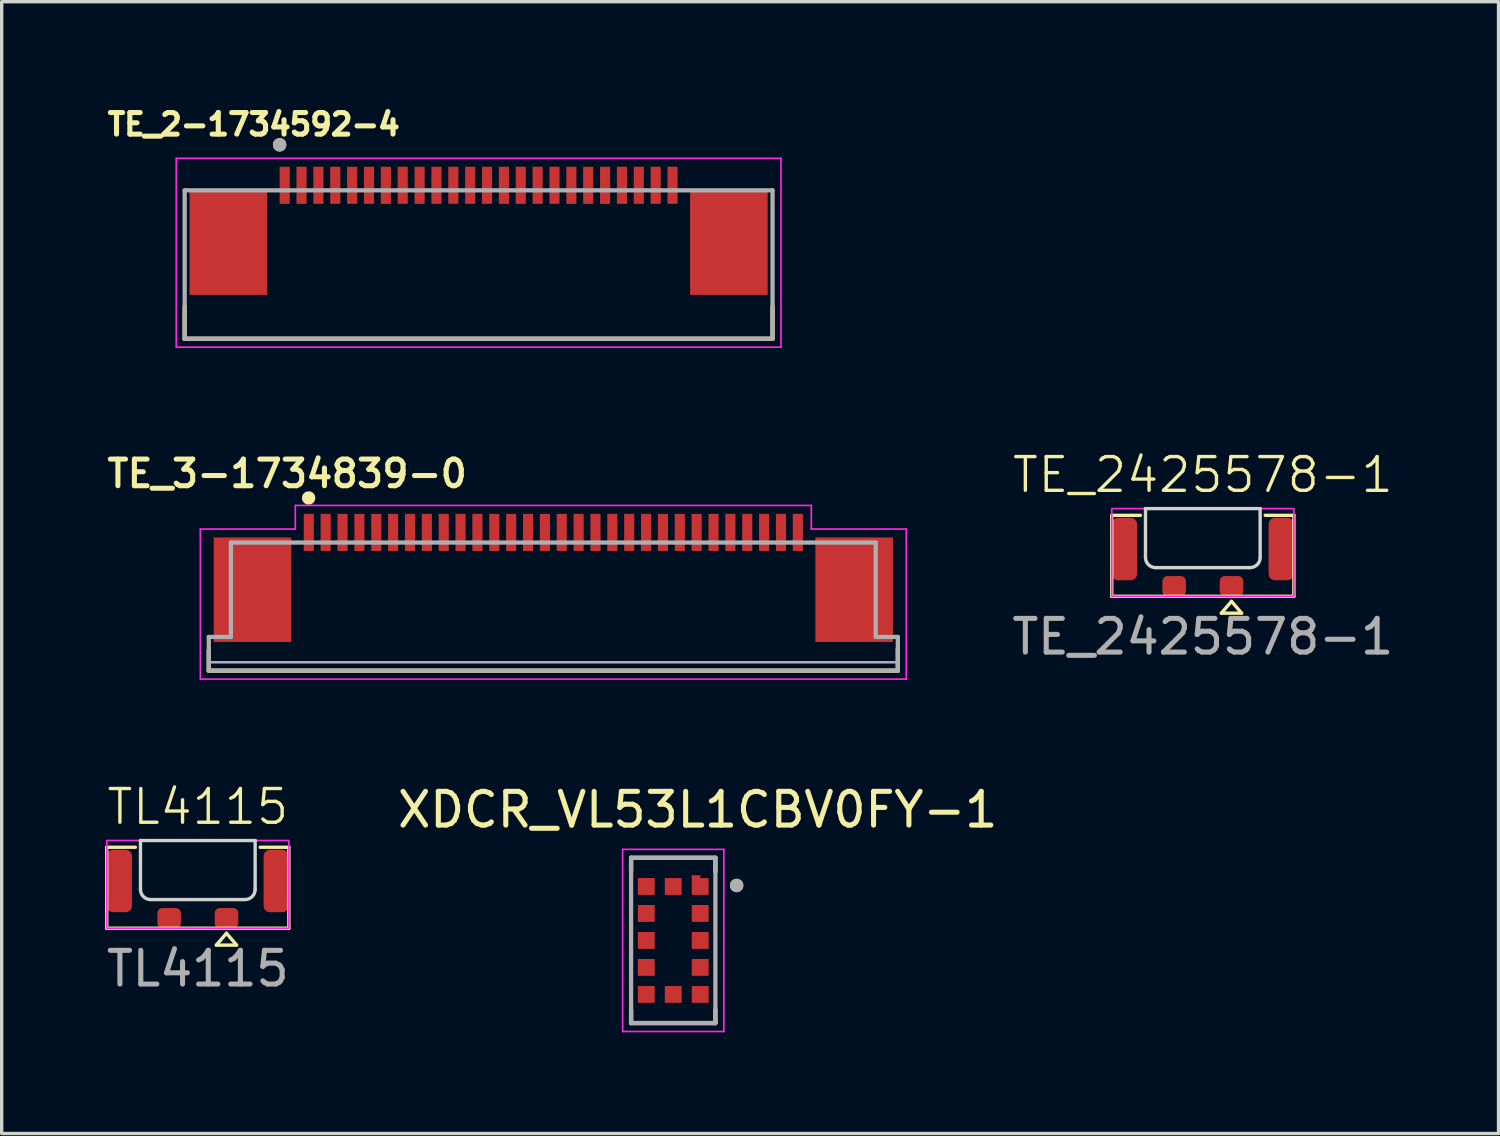
<source format=kicad_pcb>
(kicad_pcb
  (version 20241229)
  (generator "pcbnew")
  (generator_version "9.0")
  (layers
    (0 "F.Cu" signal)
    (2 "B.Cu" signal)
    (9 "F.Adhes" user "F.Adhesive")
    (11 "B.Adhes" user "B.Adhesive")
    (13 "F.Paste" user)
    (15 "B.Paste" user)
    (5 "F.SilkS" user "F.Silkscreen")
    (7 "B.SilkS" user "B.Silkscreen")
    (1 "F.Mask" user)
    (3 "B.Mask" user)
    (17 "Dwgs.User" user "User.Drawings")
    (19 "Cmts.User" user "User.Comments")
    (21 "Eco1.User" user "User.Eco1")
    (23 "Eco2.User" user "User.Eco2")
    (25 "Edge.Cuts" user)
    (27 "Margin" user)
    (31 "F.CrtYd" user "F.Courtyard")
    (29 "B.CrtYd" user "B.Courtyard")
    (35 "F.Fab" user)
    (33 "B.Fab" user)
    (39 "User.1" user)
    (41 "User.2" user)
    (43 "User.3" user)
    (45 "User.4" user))
  (footprint "TE_3-1734839-0"
    (layer "F.Cu")
    (at 13.356 12.736)
    (property "Reference" "TE_3-1734839-0" (at -7.894 -1.742 0) (layer "F.SilkS") (effects (font (size 0.789 0.789) (thickness 0.15))))
    (attr smd)
    (fp_line (start -10.216 3.488) (end -10.215 4.1) (stroke (width 0.127) (type solid)) (layer "F.SilkS"))
    (fp_line (start -10.215 4.1) (end 10.215 4.1) (stroke (width 0.127) (type solid)) (layer "F.SilkS"))
    (fp_line (start 10.215 4.1) (end 10.215 3.444) (stroke (width 0.127) (type solid)) (layer "F.SilkS"))
    (fp_circle (center -7.255 -1.021) (end -7.155 -1.021) (stroke (width 0.2) (type solid)) (fill no) (layer "F.SilkS"))
    (fp_line (start -10.465 -0.1) (end -10.465 4.35) (stroke (width 0.05) (type solid)) (layer "F.CrtYd"))
    (fp_line (start -10.465 4.35) (end 10.465 4.35) (stroke (width 0.05) (type solid)) (layer "F.CrtYd"))
    (fp_line (start -7.65 -0.8) (end -7.65 -0.1) (stroke (width 0.05) (type solid)) (layer "F.CrtYd"))
    (fp_line (start -7.65 -0.1) (end -10.465 -0.1) (stroke (width 0.05) (type solid)) (layer "F.CrtYd"))
    (fp_line (start 7.65 -0.8) (end -7.65 -0.8) (stroke (width 0.05) (type solid)) (layer "F.CrtYd"))
    (fp_line (start 7.65 -0.1) (end 7.65 -0.8) (stroke (width 0.05) (type solid)) (layer "F.CrtYd"))
    (fp_line (start 10.465 -0.1) (end 7.65 -0.1) (stroke (width 0.05) (type solid)) (layer "F.CrtYd"))
    (fp_line (start 10.465 4.35) (end 10.465 -0.1) (stroke (width 0.05) (type solid)) (layer "F.CrtYd"))
    (fp_line (start -10.215 3.1) (end -9.56 3.1) (stroke (width 0.127) (type solid)) (layer "F.Fab"))
    (fp_line (start -10.215 4.1) (end -10.215 3.1) (stroke (width 0.127) (type solid)) (layer "F.Fab"))
    (fp_line (start -10.215 4.1) (end 10.215 4.1) (stroke (width 0.127) (type solid)) (layer "F.Fab"))
    (fp_line (start -10.14 3.85) (end 10.14 3.85) (stroke (width 0.076) (type solid)) (layer "F.Fab"))
    (fp_line (start -9.56 0.3) (end -9.56 3.1) (stroke (width 0.127) (type solid)) (layer "F.Fab"))
    (fp_line (start 9.56 0.3) (end -9.56 0.3) (stroke (width 0.127) (type solid)) (layer "F.Fab"))
    (fp_line (start 9.56 3.1) (end 9.56 0.3) (stroke (width 0.127) (type solid)) (layer "F.Fab"))
    (fp_line (start 9.56 3.1) (end 10.215 3.1) (stroke (width 0.127) (type solid)) (layer "F.Fab"))
    (fp_line (start 10.215 3.1) (end 10.215 4.1) (stroke (width 0.127) (type solid)) (layer "F.Fab"))
    (pad "1" smd rect (at -7.25 0 90) (size 1.1 0.3) (layers "F.Cu" "F.Mask" "F.Paste"))
    (pad "2" smd rect (at -6.75 0 90) (size 1.1 0.3) (layers "F.Cu" "F.Mask" "F.Paste"))
    (pad "3" smd rect (at -6.25 0 90) (size 1.1 0.3) (layers "F.Cu" "F.Mask" "F.Paste"))
    (pad "4" smd rect (at -5.75 0 90) (size 1.1 0.3) (layers "F.Cu" "F.Mask" "F.Paste"))
    (pad "5" smd rect (at -5.25 0 90) (size 1.1 0.3) (layers "F.Cu" "F.Mask" "F.Paste"))
    (pad "6" smd rect (at -4.75 0 90) (size 1.1 0.3) (layers "F.Cu" "F.Mask" "F.Paste"))
    (pad "7" smd rect (at -4.25 0 90) (size 1.1 0.3) (layers "F.Cu" "F.Mask" "F.Paste"))
    (pad "8" smd rect (at -3.75 0 90) (size 1.1 0.3) (layers "F.Cu" "F.Mask" "F.Paste"))
    (pad "9" smd rect (at -3.25 0 90) (size 1.1 0.3) (layers "F.Cu" "F.Mask" "F.Paste"))
    (pad "10" smd rect (at -2.75 0 90) (size 1.1 0.3) (layers "F.Cu" "F.Mask" "F.Paste"))
    (pad "11" smd rect (at -2.25 0 90) (size 1.1 0.3) (layers "F.Cu" "F.Mask" "F.Paste"))
    (pad "12" smd rect (at -1.75 0 90) (size 1.1 0.3) (layers "F.Cu" "F.Mask" "F.Paste"))
    (pad "13" smd rect (at -1.25 0 90) (size 1.1 0.3) (layers "F.Cu" "F.Mask" "F.Paste"))
    (pad "14" smd rect (at -0.75 0 90) (size 1.1 0.3) (layers "F.Cu" "F.Mask" "F.Paste"))
    (pad "15" smd rect (at -0.25 0 90) (size 1.1 0.3) (layers "F.Cu" "F.Mask" "F.Paste"))
    (pad "16" smd rect (at 0.25 0 90) (size 1.1 0.3) (layers "F.Cu" "F.Mask" "F.Paste"))
    (pad "17" smd rect (at 0.75 0 90) (size 1.1 0.3) (layers "F.Cu" "F.Mask" "F.Paste"))
    (pad "18" smd rect (at 1.25 0 90) (size 1.1 0.3) (layers "F.Cu" "F.Mask" "F.Paste"))
    (pad "19" smd rect (at 1.75 0 90) (size 1.1 0.3) (layers "F.Cu" "F.Mask" "F.Paste"))
    (pad "20" smd rect (at 2.25 0 90) (size 1.1 0.3) (layers "F.Cu" "F.Mask" "F.Paste"))
    (pad "21" smd rect (at 2.75 0 90) (size 1.1 0.3) (layers "F.Cu" "F.Mask" "F.Paste"))
    (pad "22" smd rect (at 3.25 0 90) (size 1.1 0.3) (layers "F.Cu" "F.Mask" "F.Paste"))
    (pad "23" smd rect (at 3.75 0 90) (size 1.1 0.3) (layers "F.Cu" "F.Mask" "F.Paste"))
    (pad "24" smd rect (at 4.25 0 90) (size 1.1 0.3) (layers "F.Cu" "F.Mask" "F.Paste"))
    (pad "25" smd rect (at 4.75 0 90) (size 1.1 0.3) (layers "F.Cu" "F.Mask" "F.Paste"))
    (pad "26" smd rect (at 5.25 0 90) (size 1.1 0.3) (layers "F.Cu" "F.Mask" "F.Paste"))
    (pad "27" smd rect (at 5.75 0 90) (size 1.1 0.3) (layers "F.Cu" "F.Mask" "F.Paste"))
    (pad "28" smd rect (at 6.25 0 90) (size 1.1 0.3) (layers "F.Cu" "F.Mask" "F.Paste"))
    (pad "29" smd rect (at 6.75 0 90) (size 1.1 0.3) (layers "F.Cu" "F.Mask" "F.Paste"))
    (pad "30" smd rect (at 7.25 0 90) (size 1.1 0.3) (layers "F.Cu" "F.Mask" "F.Paste"))
    (pad "S1" smd rect (at -8.92 1.7 90) (size 3.1 2.3) (layers "F.Cu" "F.Mask" "F.Paste"))
    (pad "S2" smd rect (at 8.92 1.7 90) (size 3.1 2.3) (layers "F.Cu" "F.Mask" "F.Paste")))
  (footprint "TE_2425578-1"
    (layer "F.Cu")
    (at 32.614 12.03)
    (property "Reference" "TE_2425578-1" (at 0 -1 0) (unlocked yes) (layer "F.SilkS") (effects (font (size 1 1) (thickness 0.1))))
    (attr smd)
    (fp_line (start -2.7 0.2) (end -2.7 2.6) (stroke (width 0.1) (type default)) (layer "F.SilkS"))
    (fp_line (start -2.7 0.2) (end -1.85 0.2) (stroke (width 0.1) (type default)) (layer "F.SilkS"))
    (fp_line (start -2.7 2.6) (end 2.7 2.6) (stroke (width 0.1) (type default)) (layer "F.SilkS"))
    (fp_line (start 0.85 2.75) (end 0.55 3.1) (stroke (width 0.1) (type default)) (layer "F.SilkS"))
    (fp_line (start 0.85 2.75) (end 1.15 3.1) (stroke (width 0.1) (type default)) (layer "F.SilkS"))
    (fp_line (start 1.15 3.1) (end 0.55 3.1) (stroke (width 0.1) (type default)) (layer "F.SilkS"))
    (fp_line (start 1.85 0.2) (end 2.7 0.2) (stroke (width 0.1) (type default)) (layer "F.SilkS"))
    (fp_line (start 2.7 2.6) (end 2.7 0.2) (stroke (width 0.1) (type default)) (layer "F.SilkS"))
    (fp_line (start -1.7 0) (end 1.7 0) (stroke (width 0.1) (type default)) (layer "Edge.Cuts"))
    (fp_line (start -1.7 1.45) (end -1.7 0) (stroke (width 0.1) (type default)) (layer "Edge.Cuts"))
    (fp_line (start -1.4 1.75) (end 1.4 1.75) (stroke (width 0.1) (type default)) (layer "Edge.Cuts"))
    (fp_line (start 1.7 1.45) (end 1.7 0) (stroke (width 0.1) (type default)) (layer "Edge.Cuts"))
    (fp_arc (start -1.4 1.75) (mid -1.612132 1.662132) (end -1.7 1.45) (stroke (width 0.1) (type default)) (layer "Edge.Cuts"))
    (fp_arc (start 1.7 1.45) (mid 1.612132 1.662132) (end 1.4 1.75) (stroke (width 0.1) (type default)) (layer "Edge.Cuts"))
    (fp_rect (start -2.7 0) (end 2.7 2.6) (stroke (width 0.05) (type default)) (fill no) (layer "F.CrtYd"))
    (fp_text user "${REFERENCE}" (at 0 3.8 0) (unlocked yes) (layer "F.Fab") (effects (font (size 1 1) (thickness 0.15))))
    (pad "" smd roundrect (at -2.325 1.2) (size 0.75 1.85) (layers "F.Cu" "F.Mask" "F.Paste") (roundrect_rratio 0.25))
    (pad "" smd roundrect (at 2.325 1.2) (size 0.75 1.85) (layers "F.Cu" "F.Mask" "F.Paste") (roundrect_rratio 0.25))
    (pad "1" smd roundrect (at 0.85 2.3) (size 0.7 0.6) (layers "F.Cu" "F.Mask" "F.Paste") (roundrect_rratio 0.25))
    (pad "2" smd roundrect (at -0.85 2.3) (size 0.7 0.6) (layers "F.Cu" "F.Mask" "F.Paste") (roundrect_rratio 0.25)))
  (footprint "TL4115"
    (layer "F.Cu")
    (at 2.815 21.872)
    (property "Reference" "TL4115" (at 0 -1 0) (unlocked yes) (layer "F.SilkS") (effects (font (size 1 1) (thickness 0.1))))
    (attr smd)
    (fp_line (start -2.7 0.2) (end -2.7 2.6) (stroke (width 0.1) (type default)) (layer "F.SilkS"))
    (fp_line (start -2.7 0.2) (end -1.85 0.2) (stroke (width 0.1) (type default)) (layer "F.SilkS"))
    (fp_line (start -2.7 2.6) (end 2.7 2.6) (stroke (width 0.1) (type default)) (layer "F.SilkS"))
    (fp_line (start 0.85 2.75) (end 0.55 3.1) (stroke (width 0.1) (type default)) (layer "F.SilkS"))
    (fp_line (start 0.85 2.75) (end 1.15 3.1) (stroke (width 0.1) (type default)) (layer "F.SilkS"))
    (fp_line (start 1.15 3.1) (end 0.55 3.1) (stroke (width 0.1) (type default)) (layer "F.SilkS"))
    (fp_line (start 1.85 0.2) (end 2.7 0.2) (stroke (width 0.1) (type default)) (layer "F.SilkS"))
    (fp_line (start 2.7 2.6) (end 2.7 0.2) (stroke (width 0.1) (type default)) (layer "F.SilkS"))
    (fp_line (start -1.7 0) (end 1.7 0) (stroke (width 0.1) (type default)) (layer "Edge.Cuts"))
    (fp_line (start -1.7 1.45) (end -1.7 0) (stroke (width 0.1) (type default)) (layer "Edge.Cuts"))
    (fp_line (start -1.4 1.75) (end 1.4 1.75) (stroke (width 0.1) (type default)) (layer "Edge.Cuts"))
    (fp_line (start 1.7 1.45) (end 1.7 0) (stroke (width 0.1) (type default)) (layer "Edge.Cuts"))
    (fp_arc (start -1.4 1.75) (mid -1.612132 1.662132) (end -1.7 1.45) (stroke (width 0.1) (type default)) (layer "Edge.Cuts"))
    (fp_arc (start 1.7 1.45) (mid 1.612132 1.662132) (end 1.4 1.75) (stroke (width 0.1) (type default)) (layer "Edge.Cuts"))
    (fp_rect (start -2.7 0) (end 2.7 2.6) (stroke (width 0.05) (type default)) (fill no) (layer "F.CrtYd"))
    (fp_text user "${REFERENCE}" (at 0 3.8 0) (unlocked yes) (layer "F.Fab") (effects (font (size 1 1) (thickness 0.15))))
    (pad "" smd roundrect (at -2.325 1.2) (size 0.75 1.85) (layers "F.Cu" "F.Mask" "F.Paste") (roundrect_rratio 0.25))
    (pad "" smd roundrect (at 2.325 1.2) (size 0.75 1.85) (layers "F.Cu" "F.Mask" "F.Paste") (roundrect_rratio 0.25))
    (pad "1" smd roundrect (at 0.85 2.3) (size 0.7 0.6) (layers "F.Cu" "F.Mask" "F.Paste") (roundrect_rratio 0.25))
    (pad "2" smd roundrect (at -0.85 2.3) (size 0.7 0.6) (layers "F.Cu" "F.Mask" "F.Paste") (roundrect_rratio 0.25)))
  (footprint "TE_2-1734592-4"
    (layer "F.Cu")
    (at 11.141 2.444)
    (property "Reference" "TE_2-1734592-4" (at -6.668 -1.806 0) (layer "F.SilkS") (effects (font (size 0.64 0.64) (thickness 0.15))))
    (attr smd)
    (fp_line (start -8.715 4.55) (end -8.715 3.6) (stroke (width 0.127) (type solid)) (layer "F.SilkS"))
    (fp_line (start -8.715 4.55) (end 8.715 4.55) (stroke (width 0.127) (type solid)) (layer "F.SilkS"))
    (fp_line (start 8.715 4.55) (end 8.715 3.6) (stroke (width 0.127) (type solid)) (layer "F.SilkS"))
    (fp_circle (center -5.9 -1.2) (end -5.8 -1.2) (stroke (width 0.2) (type solid)) (fill no) (layer "F.SilkS"))
    (fp_line (start -8.965 -0.8) (end -8.965 4.8) (stroke (width 0.05) (type solid)) (layer "F.CrtYd"))
    (fp_line (start -8.965 4.8) (end 8.965 4.8) (stroke (width 0.05) (type solid)) (layer "F.CrtYd"))
    (fp_line (start 8.965 -0.8) (end -8.965 -0.8) (stroke (width 0.05) (type solid)) (layer "F.CrtYd"))
    (fp_line (start 8.965 4.8) (end 8.965 -0.8) (stroke (width 0.05) (type solid)) (layer "F.CrtYd"))
    (fp_line (start -8.715 0.15) (end -8.715 4.55) (stroke (width 0.127) (type solid)) (layer "F.Fab"))
    (fp_line (start -8.715 4.55) (end 8.715 4.55) (stroke (width 0.127) (type solid)) (layer "F.Fab"))
    (fp_line (start 8.715 0.15) (end -8.715 0.15) (stroke (width 0.127) (type solid)) (layer "F.Fab"))
    (fp_line (start 8.715 4.55) (end 8.715 0.15) (stroke (width 0.127) (type solid)) (layer "F.Fab"))
    (fp_circle (center -5.9 -1.2) (end -5.8 -1.2) (stroke (width 0.2) (type solid)) (fill no) (layer "F.Fab"))
    (pad "1" smd rect (at -5.75 0 270) (size 1.1 0.3) (layers "F.Cu" "F.Mask" "F.Paste"))
    (pad "2" smd rect (at -5.25 0 270) (size 1.1 0.3) (layers "F.Cu" "F.Mask" "F.Paste"))
    (pad "3" smd rect (at -4.75 0 270) (size 1.1 0.3) (layers "F.Cu" "F.Mask" "F.Paste"))
    (pad "4" smd rect (at -4.25 0 270) (size 1.1 0.3) (layers "F.Cu" "F.Mask" "F.Paste"))
    (pad "5" smd rect (at -3.75 0 270) (size 1.1 0.3) (layers "F.Cu" "F.Mask" "F.Paste"))
    (pad "6" smd rect (at -3.25 0 270) (size 1.1 0.3) (layers "F.Cu" "F.Mask" "F.Paste"))
    (pad "7" smd rect (at -2.75 0 270) (size 1.1 0.3) (layers "F.Cu" "F.Mask" "F.Paste"))
    (pad "8" smd rect (at -2.25 0 270) (size 1.1 0.3) (layers "F.Cu" "F.Mask" "F.Paste"))
    (pad "9" smd rect (at -1.75 0 270) (size 1.1 0.3) (layers "F.Cu" "F.Mask" "F.Paste"))
    (pad "10" smd rect (at -1.25 0 270) (size 1.1 0.3) (layers "F.Cu" "F.Mask" "F.Paste"))
    (pad "11" smd rect (at -0.75 0 270) (size 1.1 0.3) (layers "F.Cu" "F.Mask" "F.Paste"))
    (pad "12" smd rect (at -0.25 0 270) (size 1.1 0.3) (layers "F.Cu" "F.Mask" "F.Paste"))
    (pad "13" smd rect (at 0.25 0 270) (size 1.1 0.3) (layers "F.Cu" "F.Mask" "F.Paste"))
    (pad "14" smd rect (at 0.75 0 270) (size 1.1 0.3) (layers "F.Cu" "F.Mask" "F.Paste"))
    (pad "15" smd rect (at 1.25 0 270) (size 1.1 0.3) (layers "F.Cu" "F.Mask" "F.Paste"))
    (pad "16" smd rect (at 1.75 0 270) (size 1.1 0.3) (layers "F.Cu" "F.Mask" "F.Paste"))
    (pad "17" smd rect (at 2.25 0 270) (size 1.1 0.3) (layers "F.Cu" "F.Mask" "F.Paste"))
    (pad "18" smd rect (at 2.75 0 270) (size 1.1 0.3) (layers "F.Cu" "F.Mask" "F.Paste"))
    (pad "19" smd rect (at 3.25 0 270) (size 1.1 0.3) (layers "F.Cu" "F.Mask" "F.Paste"))
    (pad "20" smd rect (at 3.75 0 270) (size 1.1 0.3) (layers "F.Cu" "F.Mask" "F.Paste"))
    (pad "21" smd rect (at 4.25 0 270) (size 1.1 0.3) (layers "F.Cu" "F.Mask" "F.Paste"))
    (pad "22" smd rect (at 4.75 0 270) (size 1.1 0.3) (layers "F.Cu" "F.Mask" "F.Paste"))
    (pad "23" smd rect (at 5.25 0 270) (size 1.1 0.3) (layers "F.Cu" "F.Mask" "F.Paste"))
    (pad "24" smd rect (at 5.75 0 270) (size 1.1 0.3) (layers "F.Cu" "F.Mask" "F.Paste"))
    (pad "S1" smd rect (at -7.42 1.7 90) (size 3.1 2.3) (layers "F.Cu" "F.Mask" "F.Paste"))
    (pad "S2" smd rect (at 7.42 1.7 90) (size 3.1 2.3) (layers "F.Cu" "F.Mask" "F.Paste")))
  (footprint "XDCR_VL53L1CBV0FY-1"
    (layer "F.Cu")
    (at 16.912 24.834)
    (property "Reference" "XDCR_VL53L1CBV0FY-1" (at 0.725 -3.875 0) (layer "F.SilkS") (effects (font (size 1 1) (thickness 0.15))))
    (attr smd)
    (fp_poly (pts (xy 0.45 -2.02) (xy 0.82 -2.02) (xy 0.82 -1.85) (xy 0.45 -1.85)) (stroke (width 0.01) (type solid)) (fill yes) (layer "F.Mask"))
    (fp_line (start -1.25 -2.45) (end 1.25 -2.45) (stroke (width 0.127) (type solid)) (layer "F.SilkS"))
    (fp_line (start -1.25 -2.04) (end -1.25 -2.45) (stroke (width 0.127) (type solid)) (layer "F.SilkS"))
    (fp_line (start -1.25 2.06) (end -1.25 2.45) (stroke (width 0.127) (type solid)) (layer "F.SilkS"))
    (fp_line (start -1.25 2.45) (end 1.25 2.45) (stroke (width 0.127) (type solid)) (layer "F.SilkS"))
    (fp_line (start 1.25 -2.45) (end 1.25 -2.04) (stroke (width 0.127) (type solid)) (layer "F.SilkS"))
    (fp_line (start 1.25 2.45) (end 1.25 2.06) (stroke (width 0.127) (type solid)) (layer "F.SilkS"))
    (fp_circle (center 1.88 -1.63) (end 1.98 -1.63) (stroke (width 0.2) (type solid)) (fill no) (layer "F.SilkS"))
    (fp_poly (pts (xy 0.55 -1.93) (xy 0.8 -1.93) (xy 0.8 -1.85) (xy 0.55 -1.85)) (stroke (width 0.01) (type solid)) (fill yes) (layer "F.Paste"))
    (fp_line (start -1.5 -2.7) (end 1.5 -2.7) (stroke (width 0.05) (type solid)) (layer "F.CrtYd"))
    (fp_line (start -1.5 2.7) (end -1.5 -2.7) (stroke (width 0.05) (type solid)) (layer "F.CrtYd"))
    (fp_line (start 1.5 -2.7) (end 1.5 2.7) (stroke (width 0.05) (type solid)) (layer "F.CrtYd"))
    (fp_line (start 1.5 2.7) (end -1.5 2.7) (stroke (width 0.05) (type solid)) (layer "F.CrtYd"))
    (fp_line (start -1.25 -2.45) (end 1.25 -2.45) (stroke (width 0.127) (type solid)) (layer "F.Fab"))
    (fp_line (start -1.25 2.45) (end -1.25 -2.45) (stroke (width 0.127) (type solid)) (layer "F.Fab"))
    (fp_line (start 1.25 -2.45) (end 1.25 2.45) (stroke (width 0.127) (type solid)) (layer "F.Fab"))
    (fp_line (start 1.25 2.45) (end -1.25 2.45) (stroke (width 0.127) (type solid)) (layer "F.Fab"))
    (fp_circle (center 1.88 -1.63) (end 1.98 -1.63) (stroke (width 0.2) (type solid)) (fill no) (layer "F.Fab"))
    (pad "1" smd custom (at 0.8 -1.6) (size 0.5 0.5) (layers "F.Cu" "F.Mask" "F.Paste") (options (anchor rect)) (primitives (gr_poly (pts (xy -0.25 -0.25) (xy -0.25 -0.33) (xy 0 -0.33) (xy 0 -0.12) (xy 0.11 -0.12) (xy 0.11 0.1) (xy -0.23 0.1) (xy -0.23 -0.25)) (width 0.01) (fill yes))))
    (pad "2" smd rect (at 0.8 -0.8) (size 0.5 0.5) (layers "F.Cu" "F.Mask" "F.Paste"))
    (pad "3" smd rect (at 0.8 0) (size 0.5 0.5) (layers "F.Cu" "F.Mask" "F.Paste"))
    (pad "4" smd rect (at 0.8 0.8) (size 0.5 0.5) (layers "F.Cu" "F.Mask" "F.Paste"))
    (pad "5" smd rect (at 0.8 1.6) (size 0.5 0.5) (layers "F.Cu" "F.Mask" "F.Paste"))
    (pad "6" smd rect (at 0 1.6) (size 0.5 0.5) (layers "F.Cu" "F.Mask" "F.Paste"))
    (pad "7" smd rect (at -0.8 1.6) (size 0.5 0.5) (layers "F.Cu" "F.Mask" "F.Paste"))
    (pad "8" smd rect (at -0.8 0.8) (size 0.5 0.5) (layers "F.Cu" "F.Mask" "F.Paste"))
    (pad "9" smd rect (at -0.8 0) (size 0.5 0.5) (layers "F.Cu" "F.Mask" "F.Paste"))
    (pad "10" smd rect (at -0.8 -0.8) (size 0.5 0.5) (layers "F.Cu" "F.Mask" "F.Paste"))
    (pad "11" smd rect (at -0.8 -1.6) (size 0.5 0.5) (layers "F.Cu" "F.Mask" "F.Paste"))
    (pad "12" smd rect (at 0 -1.6) (size 0.5 0.5) (layers "F.Cu" "F.Mask" "F.Paste")))
  (gr_rect
    (start -3 -3)
    (end 41.382 30.559)
    (stroke (width 0.1) (type default))
    (fill no)
    (layer "Edge.Cuts")))
</source>
